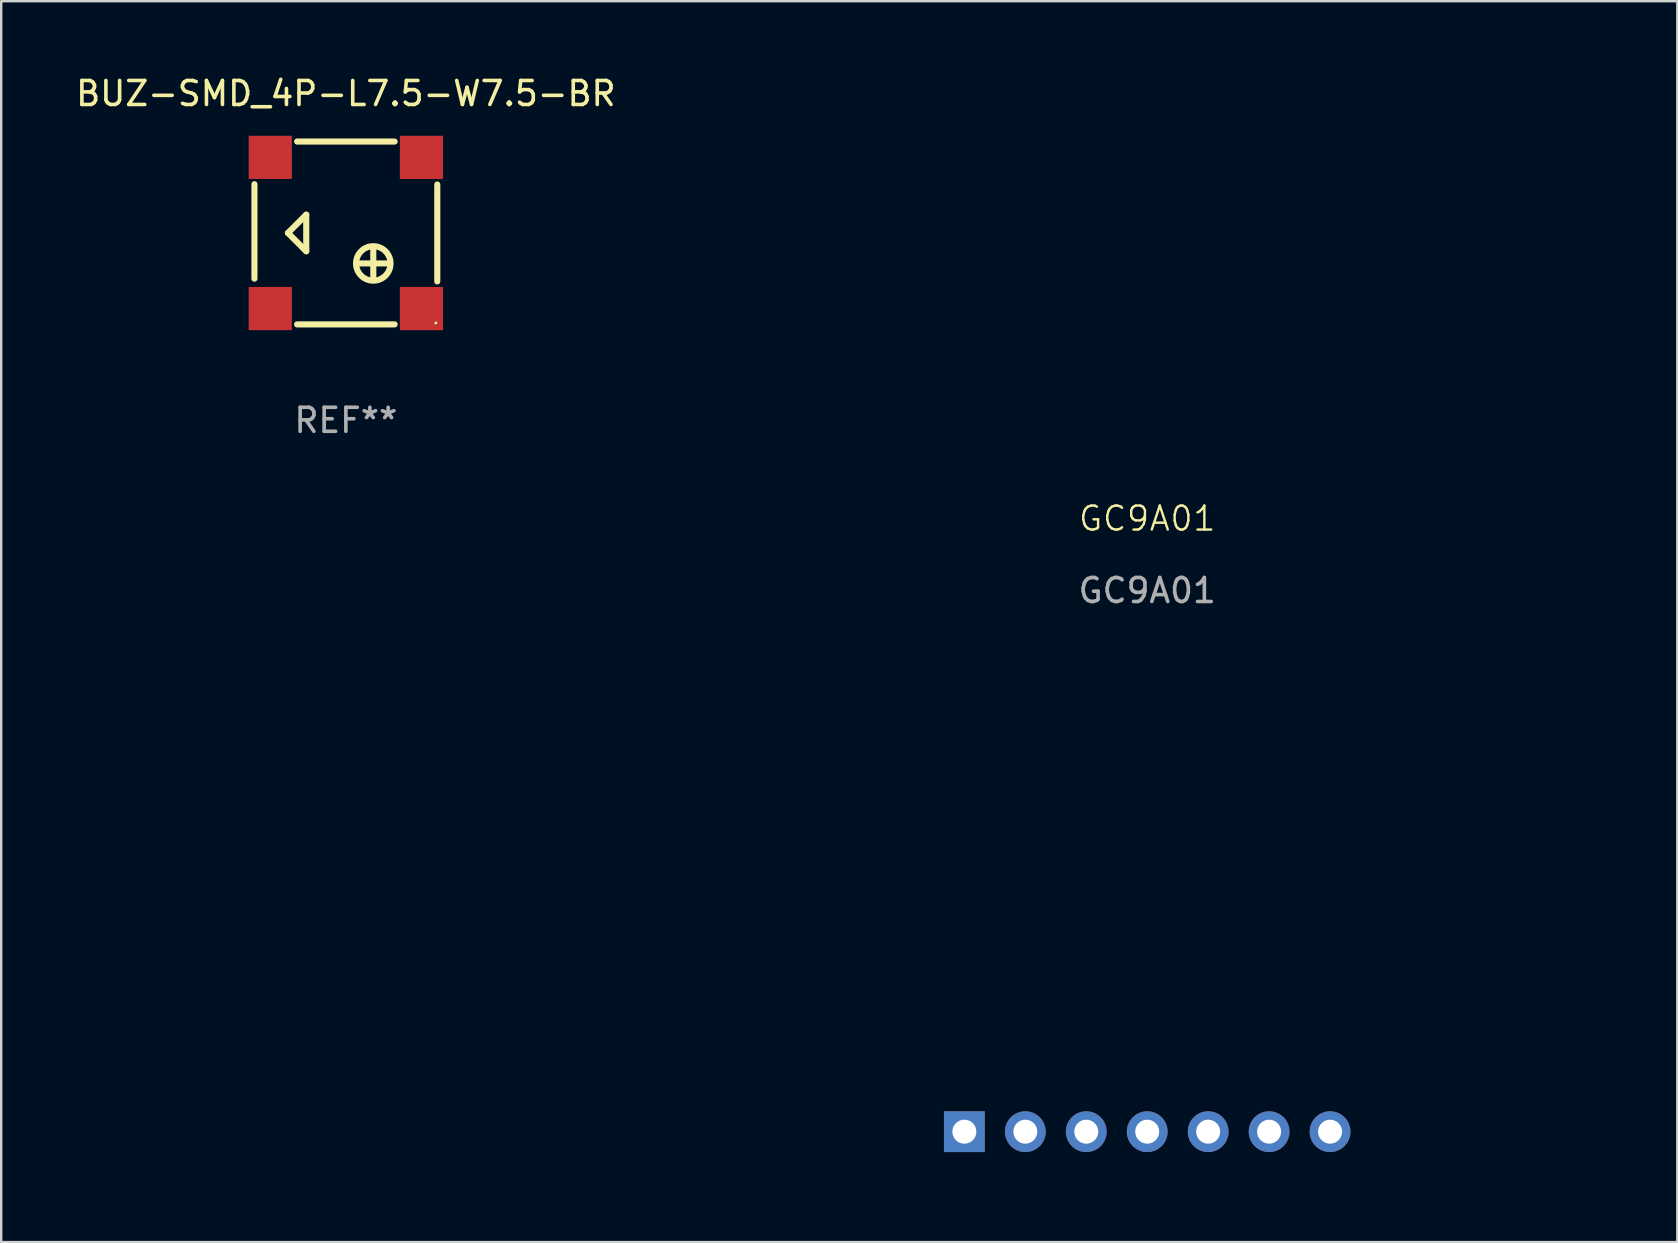
<source format=kicad_pcb>
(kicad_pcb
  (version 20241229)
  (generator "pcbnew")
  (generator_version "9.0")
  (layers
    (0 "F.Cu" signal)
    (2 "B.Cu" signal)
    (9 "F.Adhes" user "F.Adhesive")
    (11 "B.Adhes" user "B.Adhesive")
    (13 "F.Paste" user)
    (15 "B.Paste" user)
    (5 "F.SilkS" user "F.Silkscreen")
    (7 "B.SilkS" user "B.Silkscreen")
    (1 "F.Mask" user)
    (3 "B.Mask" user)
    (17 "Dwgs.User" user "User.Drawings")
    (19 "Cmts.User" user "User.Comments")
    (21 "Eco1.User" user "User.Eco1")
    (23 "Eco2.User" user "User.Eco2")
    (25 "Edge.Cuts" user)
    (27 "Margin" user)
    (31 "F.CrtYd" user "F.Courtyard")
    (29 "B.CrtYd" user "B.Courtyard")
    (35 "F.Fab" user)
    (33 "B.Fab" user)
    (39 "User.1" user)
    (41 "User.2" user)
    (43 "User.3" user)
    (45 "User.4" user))
  (footprint "GC9A01"
    (layer "F.Cu")
    (at 44.757 19.06)
    (property "Reference" "GC9A01" (at 0 -0.5 0) (unlocked yes) (layer "F.SilkS") (effects (font (size 1 1) (thickness 0.1))))
    (attr through_hole)
    (fp_circle (center 0.03 0) (end 19.04 0) (stroke (width 0.1) (type default)) (fill no) (layer "Eco1.User"))
    (fp_poly (pts (xy -10.99 15.58) (xy 11.17 15.58) (xy 11.17 26.6) (xy -10.99 26.6)) (stroke (width 0.1) (type default)) (fill no) (layer "Eco1.User"))
    (fp_text user "${REFERENCE}" (at 0 2.5 0) (unlocked yes) (layer "F.Fab") (effects (font (size 1 1) (thickness 0.15))))
    (pad "1" thru_hole rect (at -7.62 25.05 90) (size 1.7 1.7) (drill 1) (layers "*.Cu" "*.Mask"))
    (pad "2" thru_hole oval (at -5.08 25.05 90) (size 1.7 1.7) (drill 1) (layers "*.Cu" "*.Mask"))
    (pad "3" thru_hole oval (at -2.54 25.05 90) (size 1.7 1.7) (drill 1) (layers "*.Cu" "*.Mask"))
    (pad "4" thru_hole oval (at 0 25.05 90) (size 1.7 1.7) (drill 1) (layers "*.Cu" "*.Mask"))
    (pad "5" thru_hole oval (at 2.54 25.05 90) (size 1.7 1.7) (drill 1) (layers "*.Cu" "*.Mask"))
    (pad "6" thru_hole oval (at 5.08 25.05 90) (size 1.7 1.7) (drill 1) (layers "*.Cu" "*.Mask"))
    (pad "7" thru_hole oval (at 7.62 25.05 90) (size 1.7 1.7) (drill 1) (layers "*.Cu" "*.Mask")))
  (footprint "BUZ-SMD_4P-L7.5-W7.5-BR"
    (layer "F.Cu")
    (at 11.363 6.658)
    (property "Reference" "BUZ-SMD_4P-L7.5-W7.5-BR" (at -0.000026 -5.81 0) (layer "F.SilkS") (effects (font (size 1 1) (thickness 0.15))))
    (attr smd)
    (fp_line (start -3.81 1.905) (end -3.81 -2.032) (stroke (width 0.254) (type solid)) (layer "F.SilkS"))
    (fp_line (start -2.413 0.000025) (end -1.778 0.635) (stroke (width 0.254) (type solid)) (layer "F.SilkS"))
    (fp_line (start -2.032 -3.81) (end 2.032 -3.81) (stroke (width 0.254) (type solid)) (layer "F.SilkS"))
    (fp_line (start -1.778 0.635) (end -1.651 0.762) (stroke (width 0.254) (type solid)) (layer "F.SilkS"))
    (fp_line (start -1.651 -0.762) (end -2.413 0.000025) (stroke (width 0.254) (type solid)) (layer "F.SilkS"))
    (fp_line (start -1.651 0.762) (end -1.651 0.635) (stroke (width 0.254) (type solid)) (layer "F.SilkS"))
    (fp_line (start -1.651 0.635) (end -1.651 -0.762) (stroke (width 0.254) (type solid)) (layer "F.SilkS"))
    (fp_line (start 1.143 1.905) (end 1.143 0.635) (stroke (width 0.254) (type solid)) (layer "F.SilkS"))
    (fp_line (start 1.778 1.27) (end 0.508 1.27) (stroke (width 0.254) (type solid)) (layer "F.SilkS"))
    (fp_line (start 2.032 3.81) (end -2.032 3.81) (stroke (width 0.254) (type solid)) (layer "F.SilkS"))
    (fp_line (start 3.81 -2.019) (end 3.81 2.019) (stroke (width 0.254) (type solid)) (layer "F.SilkS"))
    (fp_circle (center 1.143 1.27) (end 1.861 1.27) (stroke (width 0.254) (type solid)) (fill no) (layer "F.SilkS"))
    (fp_circle (center 3.75 3.75) (end 3.78 3.75) (stroke (width 0.06) (type solid)) (fill no) (layer "F.SilkS"))
    (fp_text user "REF**" (at -0.000028 7.81 0) (layer "F.Fab") (effects (font (size 1 1) (thickness 0.15))))
    (pad "1" smd rect (at 3.15 3.15) (size 1.8 1.8) (layers "F.Cu" "F.Mask" "F.Paste"))
    (pad "2" smd rect (at 3.15 -3.15) (size 1.8 1.8) (layers "F.Cu" "F.Mask" "F.Paste"))
    (pad "3" smd rect (at -3.15 -3.15) (size 1.8 1.8) (layers "F.Cu" "F.Mask" "F.Paste"))
    (pad "4" smd rect (at -3.15 3.15) (size 1.8 1.8) (layers "F.Cu" "F.Mask" "F.Paste")))
  (gr_rect
    (start -3 -3)
    (end 66.847 48.71)
    (stroke (width 0.1) (type default))
    (fill no)
    (layer "Edge.Cuts")))
</source>
